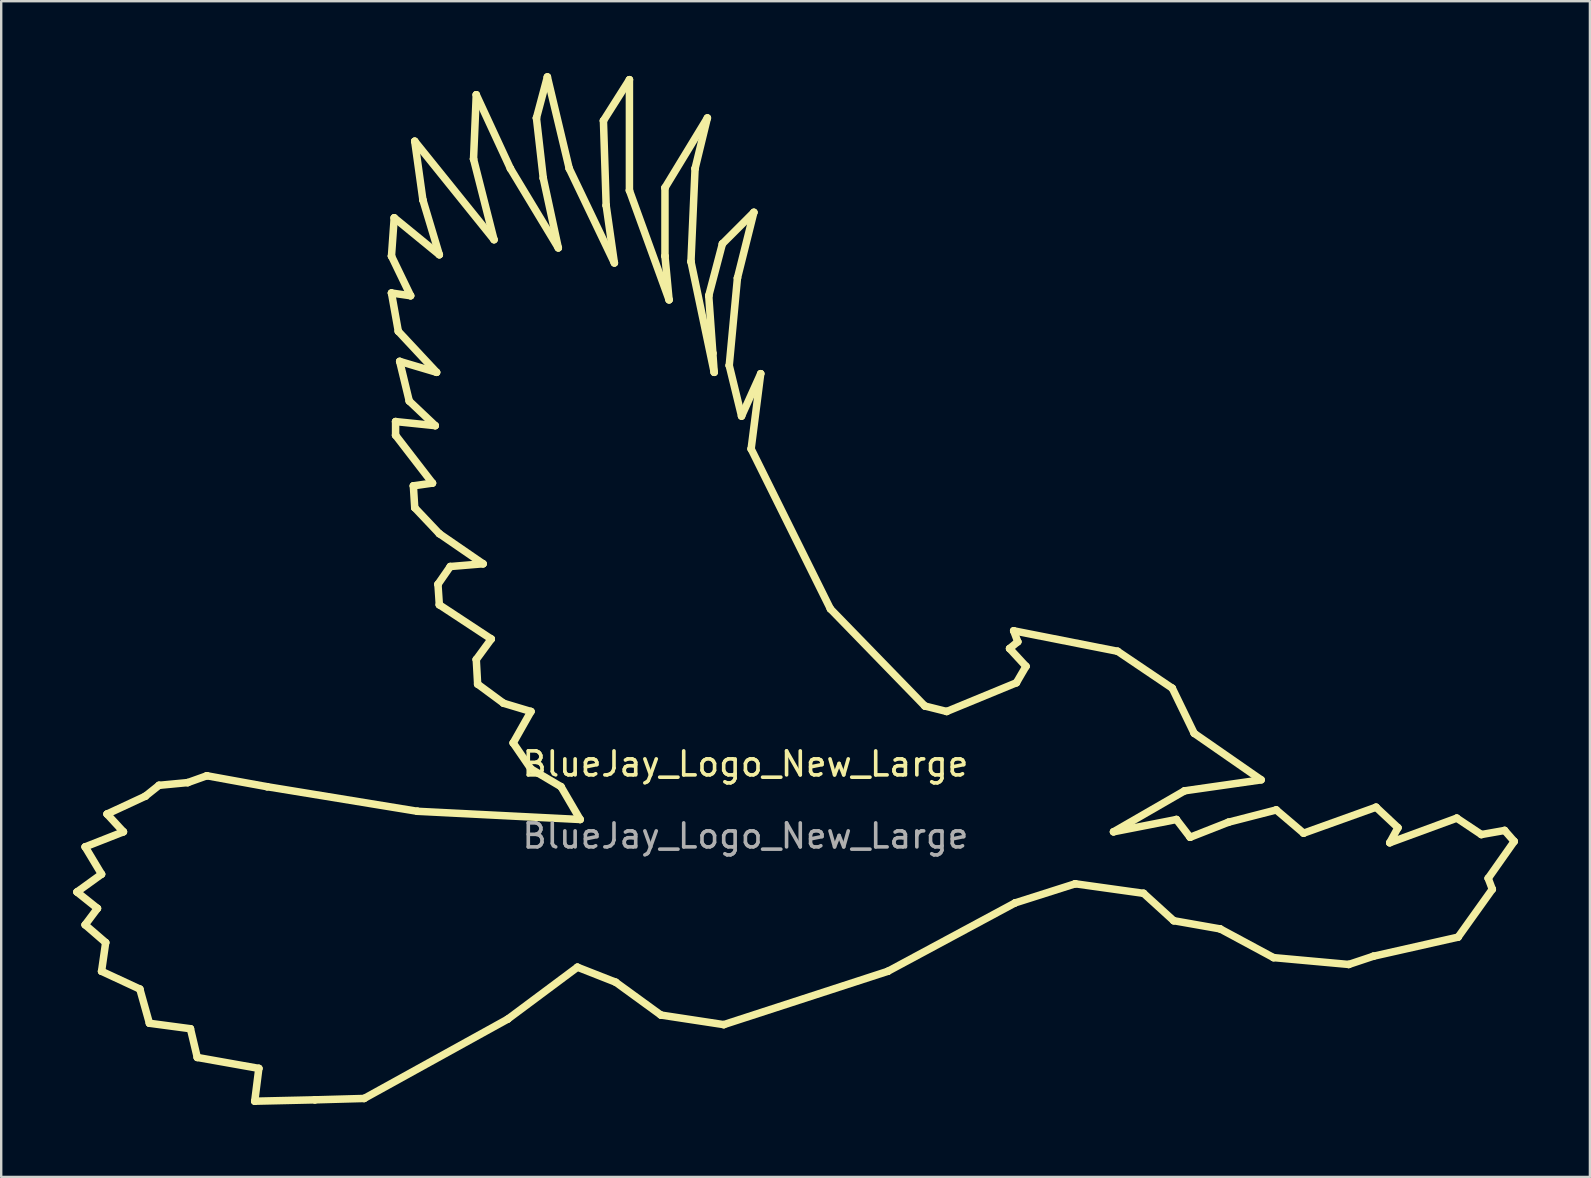
<source format=kicad_pcb>
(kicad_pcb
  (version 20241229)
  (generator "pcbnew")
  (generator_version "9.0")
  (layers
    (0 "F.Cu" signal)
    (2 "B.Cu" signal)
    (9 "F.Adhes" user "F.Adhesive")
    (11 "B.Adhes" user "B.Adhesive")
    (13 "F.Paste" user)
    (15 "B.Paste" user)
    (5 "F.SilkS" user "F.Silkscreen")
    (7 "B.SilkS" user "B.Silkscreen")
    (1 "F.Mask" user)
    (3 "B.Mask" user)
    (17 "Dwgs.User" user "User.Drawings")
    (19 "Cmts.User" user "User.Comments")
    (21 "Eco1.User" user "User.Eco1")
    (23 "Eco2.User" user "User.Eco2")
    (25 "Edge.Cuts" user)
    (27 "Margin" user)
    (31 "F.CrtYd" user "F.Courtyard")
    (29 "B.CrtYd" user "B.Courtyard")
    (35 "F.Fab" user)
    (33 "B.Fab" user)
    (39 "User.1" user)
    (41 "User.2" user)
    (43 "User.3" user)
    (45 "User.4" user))
  (footprint "BlueJay_Logo_New_Large"
    (layer "F.Cu")
    (at 28.01 29.283)
    (property "Reference" "BlueJay_Logo_New_Large" (at 0 -0.5 0) (unlocked yes) (layer "F.SilkS") (effects (font (size 1 1) (thickness 0.15))))
    (fp_line (start -27.854 4.834) (end -27.854 4.834) (stroke (width 0.312) (type solid)) (layer "F.SilkS"))
    (fp_line (start -27.854 4.834) (end -26.999 5.518) (stroke (width 0.312) (type solid)) (layer "F.SilkS"))
    (fp_line (start -27.512 2.954) (end -27.512 2.954) (stroke (width 0.312) (type solid)) (layer "F.SilkS"))
    (fp_line (start -27.512 2.954) (end -26.828 4.093) (stroke (width 0.312) (type solid)) (layer "F.SilkS"))
    (fp_line (start -27.512 6.202) (end -27.512 6.202) (stroke (width 0.312) (type solid)) (layer "F.SilkS"))
    (fp_line (start -27.512 6.202) (end -26.657 6.942) (stroke (width 0.312) (type solid)) (layer "F.SilkS"))
    (fp_line (start -26.999 5.518) (end -27.512 6.202) (stroke (width 0.312) (type solid)) (layer "F.SilkS"))
    (fp_line (start -26.999 5.518) (end -26.999 5.518) (stroke (width 0.312) (type solid)) (layer "F.SilkS"))
    (fp_line (start -26.828 4.093) (end -27.854 4.834) (stroke (width 0.312) (type solid)) (layer "F.SilkS"))
    (fp_line (start -26.828 4.093) (end -26.828 4.093) (stroke (width 0.312) (type solid)) (layer "F.SilkS"))
    (fp_line (start -26.828 8.139) (end -26.828 8.139) (stroke (width 0.312) (type solid)) (layer "F.SilkS"))
    (fp_line (start -26.828 8.139) (end -25.233 8.88) (stroke (width 0.312) (type solid)) (layer "F.SilkS"))
    (fp_line (start -26.657 6.942) (end -26.828 8.139) (stroke (width 0.312) (type solid)) (layer "F.SilkS"))
    (fp_line (start -26.657 6.942) (end -26.657 6.942) (stroke (width 0.312) (type solid)) (layer "F.SilkS"))
    (fp_line (start -26.6 1.586) (end -26.6 1.586) (stroke (width 0.312) (type solid)) (layer "F.SilkS"))
    (fp_line (start -26.6 1.586) (end -25.917 2.327) (stroke (width 0.312) (type solid)) (layer "F.SilkS"))
    (fp_line (start -25.917 2.327) (end -27.512 2.954) (stroke (width 0.312) (type solid)) (layer "F.SilkS"))
    (fp_line (start -25.917 2.327) (end -25.917 2.327) (stroke (width 0.312) (type solid)) (layer "F.SilkS"))
    (fp_line (start -25.233 8.88) (end -25.233 8.88) (stroke (width 0.312) (type solid)) (layer "F.SilkS"))
    (fp_line (start -25.233 8.88) (end -24.834 10.304) (stroke (width 0.312) (type solid)) (layer "F.SilkS"))
    (fp_line (start -25.005 0.845) (end -26.6 1.586) (stroke (width 0.312) (type solid)) (layer "F.SilkS"))
    (fp_line (start -25.005 0.845) (end -25.005 0.845) (stroke (width 0.312) (type solid)) (layer "F.SilkS"))
    (fp_line (start -24.834 10.304) (end -24.834 10.304) (stroke (width 0.312) (type solid)) (layer "F.SilkS"))
    (fp_line (start -24.834 10.304) (end -23.125 10.532) (stroke (width 0.312) (type solid)) (layer "F.SilkS"))
    (fp_line (start -24.435 0.39) (end -25.005 0.845) (stroke (width 0.312) (type solid)) (layer "F.SilkS"))
    (fp_line (start -24.435 0.39) (end -24.435 0.39) (stroke (width 0.312) (type solid)) (layer "F.SilkS"))
    (fp_line (start -23.238 0.276) (end -24.435 0.39) (stroke (width 0.312) (type solid)) (layer "F.SilkS"))
    (fp_line (start -23.238 0.276) (end -23.238 0.276) (stroke (width 0.312) (type solid)) (layer "F.SilkS"))
    (fp_line (start -23.125 10.532) (end -23.125 10.532) (stroke (width 0.312) (type solid)) (layer "F.SilkS"))
    (fp_line (start -23.125 10.532) (end -22.84 11.729) (stroke (width 0.312) (type solid)) (layer "F.SilkS"))
    (fp_line (start -22.84 11.729) (end -22.84 11.729) (stroke (width 0.312) (type solid)) (layer "F.SilkS"))
    (fp_line (start -22.84 11.729) (end -20.275 12.185) (stroke (width 0.312) (type solid)) (layer "F.SilkS"))
    (fp_line (start -22.441 -0.009) (end -23.238 0.276) (stroke (width 0.312) (type solid)) (layer "F.SilkS"))
    (fp_line (start -22.441 -0.009) (end -22.441 -0.009) (stroke (width 0.312) (type solid)) (layer "F.SilkS"))
    (fp_line (start -20.446 13.552) (end -20.446 13.552) (stroke (width 0.312) (type solid)) (layer "F.SilkS"))
    (fp_line (start -20.446 13.552) (end -17.939 13.495) (stroke (width 0.312) (type solid)) (layer "F.SilkS"))
    (fp_line (start -20.275 12.185) (end -20.446 13.552) (stroke (width 0.312) (type solid)) (layer "F.SilkS"))
    (fp_line (start -20.275 12.185) (end -20.275 12.185) (stroke (width 0.312) (type solid)) (layer "F.SilkS"))
    (fp_line (start -19.934 0.447) (end -22.441 -0.009) (stroke (width 0.312) (type solid)) (layer "F.SilkS"))
    (fp_line (start -19.934 0.447) (end -19.934 0.447) (stroke (width 0.312) (type solid)) (layer "F.SilkS"))
    (fp_line (start -17.939 13.495) (end -17.939 13.495) (stroke (width 0.312) (type solid)) (layer "F.SilkS"))
    (fp_line (start -17.939 13.495) (end -15.888 13.438) (stroke (width 0.312) (type solid)) (layer "F.SilkS"))
    (fp_line (start -15.888 13.438) (end -15.888 13.438) (stroke (width 0.312) (type solid)) (layer "F.SilkS"))
    (fp_line (start -15.888 13.438) (end -9.905 10.133) (stroke (width 0.312) (type solid)) (layer "F.SilkS"))
    (fp_line (start -14.748 -21.662) (end -14.748 -21.662) (stroke (width 0.312) (type solid)) (layer "F.SilkS"))
    (fp_line (start -14.748 -21.662) (end -13.95 -20.01) (stroke (width 0.312) (type solid)) (layer "F.SilkS"))
    (fp_line (start -14.748 -20.124) (end -14.748 -20.124) (stroke (width 0.312) (type solid)) (layer "F.SilkS"))
    (fp_line (start -14.748 -20.124) (end -14.463 -18.528) (stroke (width 0.312) (type solid)) (layer "F.SilkS"))
    (fp_line (start -14.634 -23.258) (end -14.748 -21.662) (stroke (width 0.312) (type solid)) (layer "F.SilkS"))
    (fp_line (start -14.634 -23.258) (end -14.634 -23.258) (stroke (width 0.312) (type solid)) (layer "F.SilkS"))
    (fp_line (start -14.577 -14.767) (end -14.577 -14.767) (stroke (width 0.312) (type solid)) (layer "F.SilkS"))
    (fp_line (start -14.577 -14.767) (end -14.577 -14.198) (stroke (width 0.312) (type solid)) (layer "F.SilkS"))
    (fp_line (start -14.577 -14.198) (end -14.577 -14.198) (stroke (width 0.312) (type solid)) (layer "F.SilkS"))
    (fp_line (start -14.577 -14.198) (end -13.039 -12.203) (stroke (width 0.312) (type solid)) (layer "F.SilkS"))
    (fp_line (start -14.463 -18.528) (end -14.463 -18.528) (stroke (width 0.312) (type solid)) (layer "F.SilkS"))
    (fp_line (start -14.463 -18.528) (end -12.868 -16.819) (stroke (width 0.312) (type solid)) (layer "F.SilkS"))
    (fp_line (start -14.406 -17.275) (end -14.406 -17.275) (stroke (width 0.312) (type solid)) (layer "F.SilkS"))
    (fp_line (start -14.406 -17.275) (end -14.007 -15.622) (stroke (width 0.312) (type solid)) (layer "F.SilkS"))
    (fp_line (start -14.007 -15.622) (end -14.007 -15.622) (stroke (width 0.312) (type solid)) (layer "F.SilkS"))
    (fp_line (start -14.007 -15.622) (end -12.925 -14.597) (stroke (width 0.312) (type solid)) (layer "F.SilkS"))
    (fp_line (start -13.95 -20.01) (end -14.748 -20.124) (stroke (width 0.312) (type solid)) (layer "F.SilkS"))
    (fp_line (start -13.95 -20.01) (end -13.95 -20.01) (stroke (width 0.312) (type solid)) (layer "F.SilkS"))
    (fp_line (start -13.836 -12.089) (end -13.836 -12.089) (stroke (width 0.312) (type solid)) (layer "F.SilkS"))
    (fp_line (start -13.836 -12.089) (end -13.779 -11.178) (stroke (width 0.312) (type solid)) (layer "F.SilkS"))
    (fp_line (start -13.779 -11.178) (end -13.779 -11.178) (stroke (width 0.312) (type solid)) (layer "F.SilkS"))
    (fp_line (start -13.779 -11.178) (end -12.754 -10.095) (stroke (width 0.312) (type solid)) (layer "F.SilkS"))
    (fp_line (start -13.779 -26.449) (end -13.779 -26.449) (stroke (width 0.312) (type solid)) (layer "F.SilkS"))
    (fp_line (start -13.779 -26.449) (end -13.438 -23.998) (stroke (width 0.312) (type solid)) (layer "F.SilkS"))
    (fp_line (start -13.666 1.472) (end -19.934 0.447) (stroke (width 0.312) (type solid)) (layer "F.SilkS"))
    (fp_line (start -13.666 1.472) (end -13.666 1.472) (stroke (width 0.312) (type solid)) (layer "F.SilkS"))
    (fp_line (start -13.438 -23.998) (end -13.438 -23.998) (stroke (width 0.312) (type solid)) (layer "F.SilkS"))
    (fp_line (start -13.438 -23.998) (end -12.754 -21.719) (stroke (width 0.312) (type solid)) (layer "F.SilkS"))
    (fp_line (start -13.039 -12.203) (end -13.836 -12.089) (stroke (width 0.312) (type solid)) (layer "F.SilkS"))
    (fp_line (start -13.039 -12.203) (end -13.039 -12.203) (stroke (width 0.312) (type solid)) (layer "F.SilkS"))
    (fp_line (start -12.925 -14.597) (end -14.577 -14.767) (stroke (width 0.312) (type solid)) (layer "F.SilkS"))
    (fp_line (start -12.925 -14.597) (end -12.925 -14.597) (stroke (width 0.312) (type solid)) (layer "F.SilkS"))
    (fp_line (start -12.868 -16.819) (end -14.406 -17.275) (stroke (width 0.312) (type solid)) (layer "F.SilkS"))
    (fp_line (start -12.868 -16.819) (end -12.868 -16.819) (stroke (width 0.312) (type solid)) (layer "F.SilkS"))
    (fp_line (start -12.811 -7.987) (end -12.811 -7.987) (stroke (width 0.312) (type solid)) (layer "F.SilkS"))
    (fp_line (start -12.811 -7.987) (end -12.754 -7.132) (stroke (width 0.312) (type solid)) (layer "F.SilkS"))
    (fp_line (start -12.754 -7.132) (end -12.754 -7.132) (stroke (width 0.312) (type solid)) (layer "F.SilkS"))
    (fp_line (start -12.754 -7.132) (end -10.589 -5.707) (stroke (width 0.312) (type solid)) (layer "F.SilkS"))
    (fp_line (start -12.754 -10.095) (end -12.754 -10.095) (stroke (width 0.312) (type solid)) (layer "F.SilkS"))
    (fp_line (start -12.754 -10.095) (end -10.93 -8.841) (stroke (width 0.312) (type solid)) (layer "F.SilkS"))
    (fp_line (start -12.754 -21.719) (end -14.634 -23.258) (stroke (width 0.312) (type solid)) (layer "F.SilkS"))
    (fp_line (start -12.754 -21.719) (end -12.754 -21.719) (stroke (width 0.312) (type solid)) (layer "F.SilkS"))
    (fp_line (start -12.298 -8.727) (end -12.811 -7.987) (stroke (width 0.312) (type solid)) (layer "F.SilkS"))
    (fp_line (start -12.298 -8.727) (end -12.298 -8.727) (stroke (width 0.312) (type solid)) (layer "F.SilkS"))
    (fp_line (start -11.329 -25.708) (end -11.329 -25.708) (stroke (width 0.312) (type solid)) (layer "F.SilkS"))
    (fp_line (start -11.329 -25.708) (end -10.475 -22.346) (stroke (width 0.312) (type solid)) (layer "F.SilkS"))
    (fp_line (start -11.215 -4.853) (end -11.215 -4.853) (stroke (width 0.312) (type solid)) (layer "F.SilkS"))
    (fp_line (start -11.215 -4.853) (end -11.158 -3.827) (stroke (width 0.312) (type solid)) (layer "F.SilkS"))
    (fp_line (start -11.215 -28.386) (end -11.329 -25.708) (stroke (width 0.312) (type solid)) (layer "F.SilkS"))
    (fp_line (start -11.215 -28.386) (end -11.215 -28.386) (stroke (width 0.312) (type solid)) (layer "F.SilkS"))
    (fp_line (start -11.158 -3.827) (end -11.158 -3.827) (stroke (width 0.312) (type solid)) (layer "F.SilkS"))
    (fp_line (start -11.158 -3.827) (end -10.076 -3.029) (stroke (width 0.312) (type solid)) (layer "F.SilkS"))
    (fp_line (start -10.93 -8.841) (end -12.298 -8.727) (stroke (width 0.312) (type solid)) (layer "F.SilkS"))
    (fp_line (start -10.93 -8.841) (end -10.93 -8.841) (stroke (width 0.312) (type solid)) (layer "F.SilkS"))
    (fp_line (start -10.589 -5.707) (end -11.215 -4.853) (stroke (width 0.312) (type solid)) (layer "F.SilkS"))
    (fp_line (start -10.589 -5.707) (end -10.589 -5.707) (stroke (width 0.312) (type solid)) (layer "F.SilkS"))
    (fp_line (start -10.475 -22.346) (end -13.779 -26.449) (stroke (width 0.312) (type solid)) (layer "F.SilkS"))
    (fp_line (start -10.475 -22.346) (end -10.475 -22.346) (stroke (width 0.312) (type solid)) (layer "F.SilkS"))
    (fp_line (start -10.076 -3.029) (end -10.076 -3.029) (stroke (width 0.312) (type solid)) (layer "F.SilkS"))
    (fp_line (start -10.076 -3.029) (end -8.936 -2.687) (stroke (width 0.312) (type solid)) (layer "F.SilkS"))
    (fp_line (start -9.905 10.133) (end -9.905 10.133) (stroke (width 0.312) (type solid)) (layer "F.SilkS"))
    (fp_line (start -9.905 10.133) (end -6.999 7.968) (stroke (width 0.312) (type solid)) (layer "F.SilkS"))
    (fp_line (start -9.791 -25.309) (end -11.215 -28.386) (stroke (width 0.312) (type solid)) (layer "F.SilkS"))
    (fp_line (start -9.791 -25.309) (end -9.791 -25.309) (stroke (width 0.312) (type solid)) (layer "F.SilkS"))
    (fp_line (start -9.677 -1.377) (end -9.677 -1.377) (stroke (width 0.312) (type solid)) (layer "F.SilkS"))
    (fp_line (start -9.677 -1.377) (end -8.936 -0.294) (stroke (width 0.312) (type solid)) (layer "F.SilkS"))
    (fp_line (start -8.936 -2.687) (end -9.677 -1.377) (stroke (width 0.312) (type solid)) (layer "F.SilkS"))
    (fp_line (start -8.936 -2.687) (end -8.936 -2.687) (stroke (width 0.312) (type solid)) (layer "F.SilkS"))
    (fp_line (start -8.936 -0.294) (end -8.936 -0.294) (stroke (width 0.312) (type solid)) (layer "F.SilkS"))
    (fp_line (start -8.936 -0.294) (end -7.683 0.447) (stroke (width 0.312) (type solid)) (layer "F.SilkS"))
    (fp_line (start -8.708 -27.417) (end -8.708 -27.417) (stroke (width 0.312) (type solid)) (layer "F.SilkS"))
    (fp_line (start -8.708 -27.417) (end -8.423 -24.91) (stroke (width 0.312) (type solid)) (layer "F.SilkS"))
    (fp_line (start -8.423 -24.91) (end -8.423 -24.91) (stroke (width 0.312) (type solid)) (layer "F.SilkS"))
    (fp_line (start -8.423 -24.91) (end -7.796 -22.004) (stroke (width 0.312) (type solid)) (layer "F.SilkS"))
    (fp_line (start -8.252 -29.127) (end -8.708 -27.417) (stroke (width 0.312) (type solid)) (layer "F.SilkS"))
    (fp_line (start -8.252 -29.127) (end -8.252 -29.127) (stroke (width 0.312) (type solid)) (layer "F.SilkS"))
    (fp_line (start -7.796 -22.004) (end -9.791 -25.309) (stroke (width 0.312) (type solid)) (layer "F.SilkS"))
    (fp_line (start -7.796 -22.004) (end -7.796 -22.004) (stroke (width 0.312) (type solid)) (layer "F.SilkS"))
    (fp_line (start -7.683 0.447) (end -7.683 0.447) (stroke (width 0.312) (type solid)) (layer "F.SilkS"))
    (fp_line (start -7.683 0.447) (end -6.885 1.814) (stroke (width 0.312) (type solid)) (layer "F.SilkS"))
    (fp_line (start -7.341 -25.309) (end -8.252 -29.127) (stroke (width 0.312) (type solid)) (layer "F.SilkS"))
    (fp_line (start -7.341 -25.309) (end -7.341 -25.309) (stroke (width 0.312) (type solid)) (layer "F.SilkS"))
    (fp_line (start -6.999 7.968) (end -6.999 7.968) (stroke (width 0.312) (type solid)) (layer "F.SilkS"))
    (fp_line (start -6.999 7.968) (end -5.403 8.595) (stroke (width 0.312) (type solid)) (layer "F.SilkS"))
    (fp_line (start -6.885 1.814) (end -13.666 1.472) (stroke (width 0.312) (type solid)) (layer "F.SilkS"))
    (fp_line (start -6.885 1.814) (end -6.885 1.814) (stroke (width 0.312) (type solid)) (layer "F.SilkS"))
    (fp_line (start -5.916 -27.303) (end -5.916 -27.303) (stroke (width 0.312) (type solid)) (layer "F.SilkS"))
    (fp_line (start -5.916 -27.303) (end -5.802 -23.771) (stroke (width 0.312) (type solid)) (layer "F.SilkS"))
    (fp_line (start -5.802 -23.771) (end -5.802 -23.771) (stroke (width 0.312) (type solid)) (layer "F.SilkS"))
    (fp_line (start -5.802 -23.771) (end -5.46 -21.377) (stroke (width 0.312) (type solid)) (layer "F.SilkS"))
    (fp_line (start -5.46 -21.377) (end -7.341 -25.309) (stroke (width 0.312) (type solid)) (layer "F.SilkS"))
    (fp_line (start -5.46 -21.377) (end -5.46 -21.377) (stroke (width 0.312) (type solid)) (layer "F.SilkS"))
    (fp_line (start -5.403 8.595) (end -5.403 8.595) (stroke (width 0.312) (type solid)) (layer "F.SilkS"))
    (fp_line (start -5.403 8.595) (end -3.523 9.962) (stroke (width 0.312) (type solid)) (layer "F.SilkS"))
    (fp_line (start -4.833 -29.013) (end -5.916 -27.303) (stroke (width 0.312) (type solid)) (layer "F.SilkS"))
    (fp_line (start -4.833 -29.013) (end -4.833 -29.013) (stroke (width 0.312) (type solid)) (layer "F.SilkS"))
    (fp_line (start -4.833 -24.397) (end -4.833 -29.013) (stroke (width 0.312) (type solid)) (layer "F.SilkS"))
    (fp_line (start -4.833 -24.397) (end -4.833 -24.397) (stroke (width 0.312) (type solid)) (layer "F.SilkS"))
    (fp_line (start -3.523 9.962) (end -3.523 9.962) (stroke (width 0.312) (type solid)) (layer "F.SilkS"))
    (fp_line (start -3.523 9.962) (end -0.902 10.361) (stroke (width 0.312) (type solid)) (layer "F.SilkS"))
    (fp_line (start -3.352 -24.511) (end -3.352 -24.511) (stroke (width 0.312) (type solid)) (layer "F.SilkS"))
    (fp_line (start -3.352 -24.511) (end -3.352 -21.662) (stroke (width 0.312) (type solid)) (layer "F.SilkS"))
    (fp_line (start -3.352 -21.662) (end -3.352 -21.662) (stroke (width 0.312) (type solid)) (layer "F.SilkS"))
    (fp_line (start -3.352 -21.662) (end -3.181 -19.839) (stroke (width 0.312) (type solid)) (layer "F.SilkS"))
    (fp_line (start -3.181 -19.839) (end -4.833 -24.397) (stroke (width 0.312) (type solid)) (layer "F.SilkS"))
    (fp_line (start -3.181 -19.839) (end -3.181 -19.839) (stroke (width 0.312) (type solid)) (layer "F.SilkS"))
    (fp_line (start -2.269 -21.434) (end -2.269 -21.434) (stroke (width 0.312) (type solid)) (layer "F.SilkS"))
    (fp_line (start -2.269 -21.434) (end -2.098 -25.309) (stroke (width 0.312) (type solid)) (layer "F.SilkS"))
    (fp_line (start -2.098 -25.309) (end -2.098 -25.309) (stroke (width 0.312) (type solid)) (layer "F.SilkS"))
    (fp_line (start -2.098 -25.309) (end -1.585 -27.417) (stroke (width 0.312) (type solid)) (layer "F.SilkS"))
    (fp_line (start -1.585 -27.417) (end -3.352 -24.511) (stroke (width 0.312) (type solid)) (layer "F.SilkS"))
    (fp_line (start -1.585 -27.417) (end -1.585 -27.417) (stroke (width 0.312) (type solid)) (layer "F.SilkS"))
    (fp_line (start -1.528 -20.01) (end -1.528 -20.01) (stroke (width 0.312) (type solid)) (layer "F.SilkS"))
    (fp_line (start -1.528 -20.01) (end -1.357 -17.617) (stroke (width 0.312) (type solid)) (layer "F.SilkS"))
    (fp_line (start -1.357 -17.617) (end -1.357 -17.617) (stroke (width 0.312) (type solid)) (layer "F.SilkS"))
    (fp_line (start -1.357 -17.617) (end -1.301 -16.819) (stroke (width 0.312) (type solid)) (layer "F.SilkS"))
    (fp_line (start -1.301 -16.819) (end -2.269 -21.434) (stroke (width 0.312) (type solid)) (layer "F.SilkS"))
    (fp_line (start -1.301 -16.819) (end -1.301 -16.819) (stroke (width 0.312) (type solid)) (layer "F.SilkS"))
    (fp_line (start -0.959 -22.175) (end -1.528 -20.01) (stroke (width 0.312) (type solid)) (layer "F.SilkS"))
    (fp_line (start -0.959 -22.175) (end -0.959 -22.175) (stroke (width 0.312) (type solid)) (layer "F.SilkS"))
    (fp_line (start -0.902 10.361) (end -0.902 10.361) (stroke (width 0.312) (type solid)) (layer "F.SilkS"))
    (fp_line (start -0.902 10.361) (end 5.936 8.139) (stroke (width 0.312) (type solid)) (layer "F.SilkS"))
    (fp_line (start -0.674 -17.104) (end -0.674 -17.104) (stroke (width 0.312) (type solid)) (layer "F.SilkS"))
    (fp_line (start -0.674 -17.104) (end -0.332 -20.751) (stroke (width 0.312) (type solid)) (layer "F.SilkS"))
    (fp_line (start -0.332 -20.751) (end -0.332 -20.751) (stroke (width 0.312) (type solid)) (layer "F.SilkS"))
    (fp_line (start -0.332 -20.751) (end 0.352 -23.486) (stroke (width 0.312) (type solid)) (layer "F.SilkS"))
    (fp_line (start -0.161 -14.995) (end -0.674 -17.104) (stroke (width 0.312) (type solid)) (layer "F.SilkS"))
    (fp_line (start -0.161 -14.995) (end -0.161 -14.995) (stroke (width 0.312) (type solid)) (layer "F.SilkS"))
    (fp_line (start 0.238 -13.628) (end 0.238 -13.628) (stroke (width 0.312) (type solid)) (layer "F.SilkS"))
    (fp_line (start 0.238 -13.628) (end 0.637 -16.762) (stroke (width 0.312) (type solid)) (layer "F.SilkS"))
    (fp_line (start 0.352 -23.486) (end -0.959 -22.175) (stroke (width 0.312) (type solid)) (layer "F.SilkS"))
    (fp_line (start 0.352 -23.486) (end 0.352 -23.486) (stroke (width 0.312) (type solid)) (layer "F.SilkS"))
    (fp_line (start 0.637 -16.762) (end -0.161 -14.995) (stroke (width 0.312) (type solid)) (layer "F.SilkS"))
    (fp_line (start 0.637 -16.762) (end 0.637 -16.762) (stroke (width 0.312) (type solid)) (layer "F.SilkS"))
    (fp_line (start 3.543 -6.961) (end 0.238 -13.628) (stroke (width 0.312) (type solid)) (layer "F.SilkS"))
    (fp_line (start 3.543 -6.961) (end 3.543 -6.961) (stroke (width 0.312) (type solid)) (layer "F.SilkS"))
    (fp_line (start 5.936 8.139) (end 5.936 8.139) (stroke (width 0.312) (type solid)) (layer "F.SilkS"))
    (fp_line (start 5.936 8.139) (end 11.235 5.29) (stroke (width 0.312) (type solid)) (layer "F.SilkS"))
    (fp_line (start 7.475 -2.915) (end 3.543 -6.961) (stroke (width 0.312) (type solid)) (layer "F.SilkS"))
    (fp_line (start 7.475 -2.915) (end 7.475 -2.915) (stroke (width 0.312) (type solid)) (layer "F.SilkS"))
    (fp_line (start 8.386 -2.687) (end 7.475 -2.915) (stroke (width 0.312) (type solid)) (layer "F.SilkS"))
    (fp_line (start 8.386 -2.687) (end 8.386 -2.687) (stroke (width 0.312) (type solid)) (layer "F.SilkS"))
    (fp_line (start 11.007 -5.309) (end 11.007 -5.309) (stroke (width 0.312) (type solid)) (layer "F.SilkS"))
    (fp_line (start 11.007 -5.309) (end 11.691 -4.568) (stroke (width 0.312) (type solid)) (layer "F.SilkS"))
    (fp_line (start 11.178 -6.049) (end 11.178 -6.049) (stroke (width 0.312) (type solid)) (layer "F.SilkS"))
    (fp_line (start 11.178 -6.049) (end 11.349 -5.593) (stroke (width 0.312) (type solid)) (layer "F.SilkS"))
    (fp_line (start 11.235 5.29) (end 11.235 5.29) (stroke (width 0.312) (type solid)) (layer "F.SilkS"))
    (fp_line (start 11.235 5.29) (end 13.742 4.492) (stroke (width 0.312) (type solid)) (layer "F.SilkS"))
    (fp_line (start 11.292 -3.884) (end 8.386 -2.687) (stroke (width 0.312) (type solid)) (layer "F.SilkS"))
    (fp_line (start 11.292 -3.884) (end 11.292 -3.884) (stroke (width 0.312) (type solid)) (layer "F.SilkS"))
    (fp_line (start 11.349 -5.593) (end 11.007 -5.309) (stroke (width 0.312) (type solid)) (layer "F.SilkS"))
    (fp_line (start 11.349 -5.593) (end 11.349 -5.593) (stroke (width 0.312) (type solid)) (layer "F.SilkS"))
    (fp_line (start 11.691 -4.568) (end 11.292 -3.884) (stroke (width 0.312) (type solid)) (layer "F.SilkS"))
    (fp_line (start 11.691 -4.568) (end 11.691 -4.568) (stroke (width 0.312) (type solid)) (layer "F.SilkS"))
    (fp_line (start 13.742 4.492) (end 13.742 4.492) (stroke (width 0.312) (type solid)) (layer "F.SilkS"))
    (fp_line (start 13.742 4.492) (end 16.592 4.891) (stroke (width 0.312) (type solid)) (layer "F.SilkS"))
    (fp_line (start 15.338 2.327) (end 15.338 2.327) (stroke (width 0.312) (type solid)) (layer "F.SilkS"))
    (fp_line (start 15.338 2.327) (end 18.301 0.618) (stroke (width 0.312) (type solid)) (layer "F.SilkS"))
    (fp_line (start 15.509 -5.195) (end 11.178 -6.049) (stroke (width 0.312) (type solid)) (layer "F.SilkS"))
    (fp_line (start 15.509 -5.195) (end 15.509 -5.195) (stroke (width 0.312) (type solid)) (layer "F.SilkS"))
    (fp_line (start 16.592 4.891) (end 16.592 4.891) (stroke (width 0.312) (type solid)) (layer "F.SilkS"))
    (fp_line (start 16.592 4.891) (end 17.845 6.031) (stroke (width 0.312) (type solid)) (layer "F.SilkS"))
    (fp_line (start 17.788 -3.656) (end 15.509 -5.195) (stroke (width 0.312) (type solid)) (layer "F.SilkS"))
    (fp_line (start 17.788 -3.656) (end 17.788 -3.656) (stroke (width 0.312) (type solid)) (layer "F.SilkS"))
    (fp_line (start 17.845 6.031) (end 17.845 6.031) (stroke (width 0.312) (type solid)) (layer "F.SilkS"))
    (fp_line (start 17.845 6.031) (end 19.783 6.373) (stroke (width 0.312) (type solid)) (layer "F.SilkS"))
    (fp_line (start 17.959 1.814) (end 15.338 2.327) (stroke (width 0.312) (type solid)) (layer "F.SilkS"))
    (fp_line (start 17.959 1.814) (end 17.959 1.814) (stroke (width 0.312) (type solid)) (layer "F.SilkS"))
    (fp_line (start 18.301 0.618) (end 18.301 0.618) (stroke (width 0.312) (type solid)) (layer "F.SilkS"))
    (fp_line (start 18.301 0.618) (end 21.492 0.162) (stroke (width 0.312) (type solid)) (layer "F.SilkS"))
    (fp_line (start 18.529 2.555) (end 17.959 1.814) (stroke (width 0.312) (type solid)) (layer "F.SilkS"))
    (fp_line (start 18.529 2.555) (end 18.529 2.555) (stroke (width 0.312) (type solid)) (layer "F.SilkS"))
    (fp_line (start 18.7 -1.776) (end 17.788 -3.656) (stroke (width 0.312) (type solid)) (layer "F.SilkS"))
    (fp_line (start 18.7 -1.776) (end 18.7 -1.776) (stroke (width 0.312) (type solid)) (layer "F.SilkS"))
    (fp_line (start 19.783 6.373) (end 19.783 6.373) (stroke (width 0.312) (type solid)) (layer "F.SilkS"))
    (fp_line (start 19.783 6.373) (end 22.005 7.569) (stroke (width 0.312) (type solid)) (layer "F.SilkS"))
    (fp_line (start 20.124 1.928) (end 18.529 2.555) (stroke (width 0.312) (type solid)) (layer "F.SilkS"))
    (fp_line (start 20.124 1.928) (end 20.124 1.928) (stroke (width 0.312) (type solid)) (layer "F.SilkS"))
    (fp_line (start 21.492 0.162) (end 18.7 -1.776) (stroke (width 0.312) (type solid)) (layer "F.SilkS"))
    (fp_line (start 22.005 7.569) (end 22.005 7.569) (stroke (width 0.312) (type solid)) (layer "F.SilkS"))
    (fp_line (start 22.005 7.569) (end 25.139 7.854) (stroke (width 0.312) (type solid)) (layer "F.SilkS"))
    (fp_line (start 22.119 1.415) (end 20.124 1.928) (stroke (width 0.312) (type solid)) (layer "F.SilkS"))
    (fp_line (start 22.119 1.415) (end 22.119 1.415) (stroke (width 0.312) (type solid)) (layer "F.SilkS"))
    (fp_line (start 23.258 2.384) (end 22.119 1.415) (stroke (width 0.312) (type solid)) (layer "F.SilkS"))
    (fp_line (start 23.258 2.384) (end 23.258 2.384) (stroke (width 0.312) (type solid)) (layer "F.SilkS"))
    (fp_line (start 25.139 7.854) (end 25.139 7.854) (stroke (width 0.312) (type solid)) (layer "F.SilkS"))
    (fp_line (start 25.139 7.854) (end 26.164 7.512) (stroke (width 0.312) (type solid)) (layer "F.SilkS"))
    (fp_line (start 26.164 7.512) (end 26.164 7.512) (stroke (width 0.312) (type solid)) (layer "F.SilkS"))
    (fp_line (start 26.164 7.512) (end 29.697 6.715) (stroke (width 0.312) (type solid)) (layer "F.SilkS"))
    (fp_line (start 26.278 1.301) (end 23.258 2.384) (stroke (width 0.312) (type solid)) (layer "F.SilkS"))
    (fp_line (start 26.278 1.301) (end 26.278 1.301) (stroke (width 0.312) (type solid)) (layer "F.SilkS"))
    (fp_line (start 26.848 2.783) (end 26.848 2.783) (stroke (width 0.312) (type solid)) (layer "F.SilkS"))
    (fp_line (start 26.848 2.783) (end 27.19 2.156) (stroke (width 0.312) (type solid)) (layer "F.SilkS"))
    (fp_line (start 27.19 2.156) (end 26.278 1.301) (stroke (width 0.312) (type solid)) (layer "F.SilkS"))
    (fp_line (start 27.19 2.156) (end 27.19 2.156) (stroke (width 0.312) (type solid)) (layer "F.SilkS"))
    (fp_line (start 29.64 1.757) (end 26.848 2.783) (stroke (width 0.312) (type solid)) (layer "F.SilkS"))
    (fp_line (start 29.64 1.757) (end 29.64 1.757) (stroke (width 0.312) (type solid)) (layer "F.SilkS"))
    (fp_line (start 29.697 6.715) (end 29.697 6.715) (stroke (width 0.312) (type solid)) (layer "F.SilkS"))
    (fp_line (start 29.697 6.715) (end 31.122 4.72) (stroke (width 0.312) (type solid)) (layer "F.SilkS"))
    (fp_line (start 30.666 2.441) (end 29.64 1.757) (stroke (width 0.312) (type solid)) (layer "F.SilkS"))
    (fp_line (start 30.666 2.441) (end 30.666 2.441) (stroke (width 0.312) (type solid)) (layer "F.SilkS"))
    (fp_line (start 30.951 4.264) (end 30.951 4.264) (stroke (width 0.312) (type solid)) (layer "F.SilkS"))
    (fp_line (start 30.951 4.264) (end 32.034 2.726) (stroke (width 0.312) (type solid)) (layer "F.SilkS"))
    (fp_line (start 31.122 4.72) (end 30.951 4.264) (stroke (width 0.312) (type solid)) (layer "F.SilkS"))
    (fp_line (start 31.122 4.72) (end 31.122 4.72) (stroke (width 0.312) (type solid)) (layer "F.SilkS"))
    (fp_line (start 31.635 2.27) (end 30.666 2.441) (stroke (width 0.312) (type solid)) (layer "F.SilkS"))
    (fp_line (start 31.635 2.27) (end 31.635 2.27) (stroke (width 0.312) (type solid)) (layer "F.SilkS"))
    (fp_line (start 32.034 2.726) (end 31.635 2.27) (stroke (width 0.312) (type solid)) (layer "F.SilkS"))
    (fp_line (start 32.034 2.726) (end 32.034 2.726) (stroke (width 0.312) (type solid)) (layer "F.SilkS"))
    (fp_text user "${REFERENCE}" (at 0 2.5 0) (unlocked yes) (layer "F.Fab") (effects (font (size 1 1) (thickness 0.15)))))
  (gr_rect
    (start -3 -3)
    (end 63.199 45.991)
    (stroke (width 0.1) (type default))
    (fill no)
    (layer "Edge.Cuts")))
</source>
